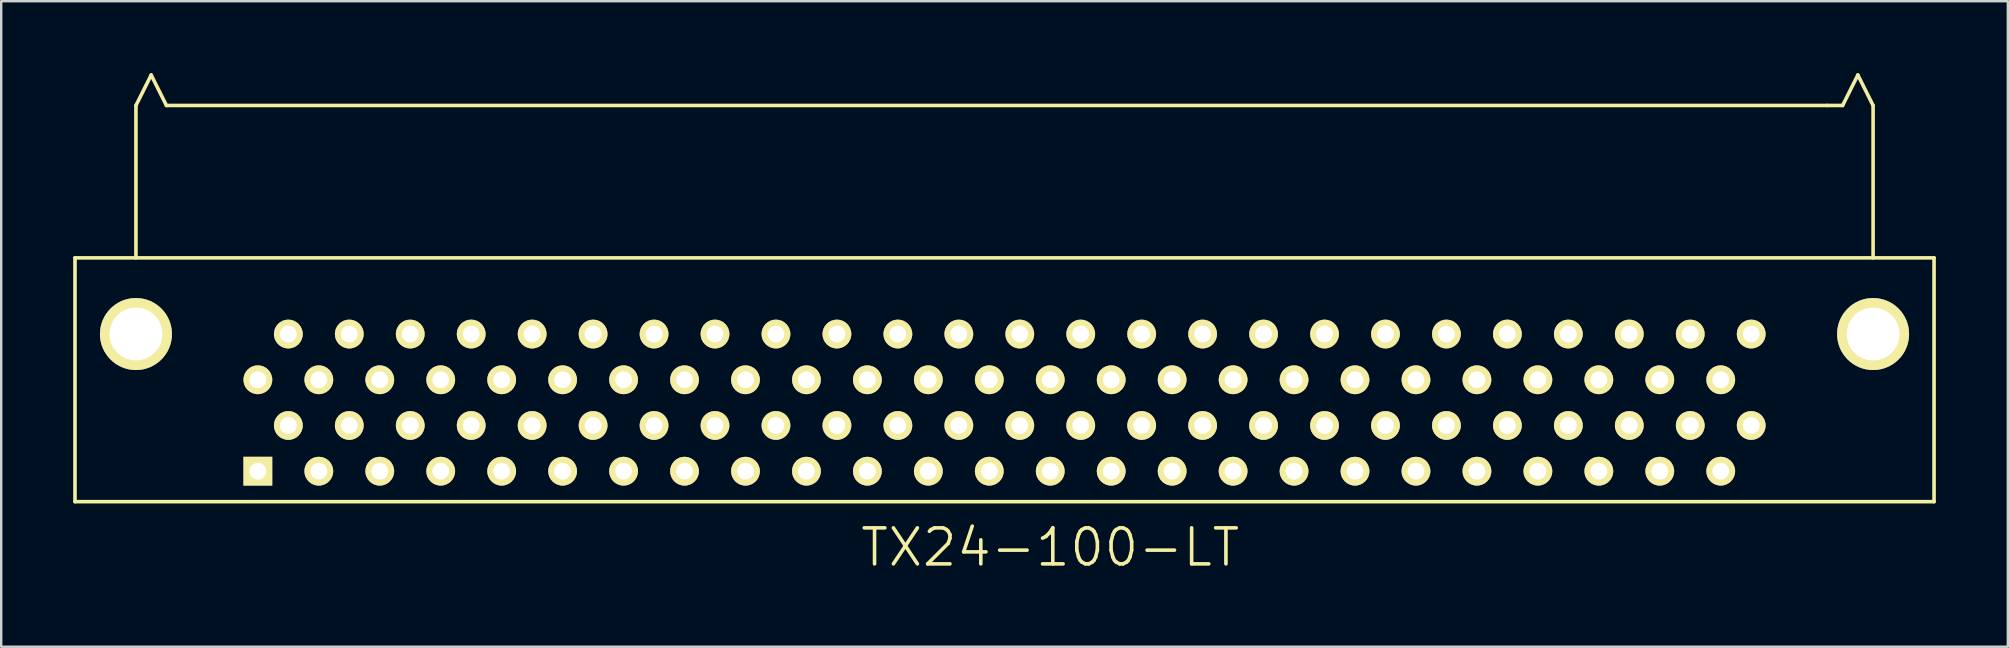
<source format=kicad_pcb>
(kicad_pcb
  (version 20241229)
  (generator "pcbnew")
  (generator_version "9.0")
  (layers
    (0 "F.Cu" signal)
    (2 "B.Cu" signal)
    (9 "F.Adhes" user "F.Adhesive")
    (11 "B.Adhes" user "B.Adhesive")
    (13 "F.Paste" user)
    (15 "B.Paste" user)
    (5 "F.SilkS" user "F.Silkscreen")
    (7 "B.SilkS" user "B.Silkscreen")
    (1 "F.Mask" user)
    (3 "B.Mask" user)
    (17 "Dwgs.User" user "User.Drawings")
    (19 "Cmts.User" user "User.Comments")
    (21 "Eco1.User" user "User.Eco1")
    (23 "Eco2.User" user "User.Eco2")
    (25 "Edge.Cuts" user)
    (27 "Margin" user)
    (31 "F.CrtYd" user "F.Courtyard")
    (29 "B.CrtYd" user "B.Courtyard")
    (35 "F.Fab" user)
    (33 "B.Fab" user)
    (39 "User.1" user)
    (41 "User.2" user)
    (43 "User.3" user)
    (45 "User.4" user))
  (footprint "TX24-100-LT"
    (layer "F.Cu")
    (at 38.175 13.41)
    (property "Reference" "TX24-100-LT" (at 2.54 6.35 0) (layer "F.SilkS") (effects (font (size 1.5 1.5) (thickness 0.15))))
    (attr through_hole)
    (fp_line (start -38.1 -5.715) (end -38.1 4.445) (stroke (width 0.15) (type solid)) (layer "F.SilkS"))
    (fp_line (start -38.1 4.445) (end 39.37 4.445) (stroke (width 0.15) (type solid)) (layer "F.SilkS"))
    (fp_line (start -35.56 -12.065) (end -35.56 -5.715) (stroke (width 0.15) (type solid)) (layer "F.SilkS"))
    (fp_line (start -35.56 -12.065) (end -34.925 -13.335) (stroke (width 0.15) (type solid)) (layer "F.SilkS"))
    (fp_line (start -34.925 -13.335) (end -34.29 -12.065) (stroke (width 0.15) (type solid)) (layer "F.SilkS"))
    (fp_line (start -34.29 -12.065) (end 34.925 -12.065) (stroke (width 0.15) (type solid)) (layer "F.SilkS"))
    (fp_line (start 35.56 -12.065) (end 34.925 -12.065) (stroke (width 0.15) (type solid)) (layer "F.SilkS"))
    (fp_line (start 35.56 -12.065) (end 36.195 -13.335) (stroke (width 0.15) (type solid)) (layer "F.SilkS"))
    (fp_line (start 36.195 -13.335) (end 36.83 -12.065) (stroke (width 0.15) (type solid)) (layer "F.SilkS"))
    (fp_line (start 36.83 -12.065) (end 36.83 -5.715) (stroke (width 0.15) (type solid)) (layer "F.SilkS"))
    (fp_line (start 39.37 -5.715) (end -38.1 -5.715) (stroke (width 0.15) (type solid)) (layer "F.SilkS"))
    (fp_line (start 39.37 -5.715) (end 39.37 4.445) (stroke (width 0.15) (type solid)) (layer "F.SilkS"))
    (pad "0" thru_hole circle (at -35.56 -2.54) (size 3 3) (drill 2.2) (layers "*.Cu" "*.Mask" "F.SilkS"))
    (pad "0" thru_hole circle (at 36.83 -2.54) (size 3 3) (drill 2.2) (layers "*.Cu" "*.Mask" "F.SilkS"))
    (pad "1" thru_hole rect (at -30.48 3.175) (size 1.2 1.2) (drill 0.7) (layers "*.Cu" "*.Mask" "F.SilkS"))
    (pad "2" thru_hole circle (at -29.21 1.27) (size 1.2 1.2) (drill 0.7) (layers "*.Cu" "*.Mask" "F.SilkS"))
    (pad "3" thru_hole circle (at -27.94 3.175) (size 1.2 1.2) (drill 0.7) (layers "*.Cu" "*.Mask" "F.SilkS"))
    (pad "4" thru_hole circle (at -26.67 1.27) (size 1.2 1.2) (drill 0.7) (layers "*.Cu" "*.Mask" "F.SilkS"))
    (pad "5" thru_hole circle (at -25.4 3.175) (size 1.2 1.2) (drill 0.7) (layers "*.Cu" "*.Mask" "F.SilkS"))
    (pad "6" thru_hole circle (at -24.13 1.27) (size 1.2 1.2) (drill 0.7) (layers "*.Cu" "*.Mask" "F.SilkS"))
    (pad "7" thru_hole circle (at -22.86 3.175) (size 1.2 1.2) (drill 0.7) (layers "*.Cu" "*.Mask" "F.SilkS"))
    (pad "8" thru_hole circle (at -21.59 1.27) (size 1.2 1.2) (drill 0.7) (layers "*.Cu" "*.Mask" "F.SilkS"))
    (pad "9" thru_hole circle (at -20.32 3.175) (size 1.2 1.2) (drill 0.7) (layers "*.Cu" "*.Mask" "F.SilkS"))
    (pad "10" thru_hole circle (at -19.05 1.27) (size 1.2 1.2) (drill 0.7) (layers "*.Cu" "*.Mask" "F.SilkS"))
    (pad "11" thru_hole circle (at -17.78 3.175) (size 1.2 1.2) (drill 0.7) (layers "*.Cu" "*.Mask" "F.SilkS"))
    (pad "12" thru_hole circle (at -16.51 1.27) (size 1.2 1.2) (drill 0.7) (layers "*.Cu" "*.Mask" "F.SilkS"))
    (pad "13" thru_hole circle (at -15.24 3.175) (size 1.2 1.2) (drill 0.7) (layers "*.Cu" "*.Mask" "F.SilkS"))
    (pad "14" thru_hole circle (at -13.97 1.27) (size 1.2 1.2) (drill 0.7) (layers "*.Cu" "*.Mask" "F.SilkS"))
    (pad "15" thru_hole circle (at -12.7 3.175) (size 1.2 1.2) (drill 0.7) (layers "*.Cu" "*.Mask" "F.SilkS"))
    (pad "16" thru_hole circle (at -11.43 1.27) (size 1.2 1.2) (drill 0.7) (layers "*.Cu" "*.Mask" "F.SilkS"))
    (pad "17" thru_hole circle (at -10.16 3.175) (size 1.2 1.2) (drill 0.7) (layers "*.Cu" "*.Mask" "F.SilkS"))
    (pad "18" thru_hole circle (at -8.89 1.27) (size 1.2 1.2) (drill 0.7) (layers "*.Cu" "*.Mask" "F.SilkS"))
    (pad "19" thru_hole circle (at -7.62 3.175) (size 1.2 1.2) (drill 0.7) (layers "*.Cu" "*.Mask" "F.SilkS"))
    (pad "20" thru_hole circle (at -6.35 1.27) (size 1.2 1.2) (drill 0.7) (layers "*.Cu" "*.Mask" "F.SilkS"))
    (pad "21" thru_hole circle (at -5.08 3.175) (size 1.2 1.2) (drill 0.7) (layers "*.Cu" "*.Mask" "F.SilkS"))
    (pad "22" thru_hole circle (at -3.81 1.27) (size 1.2 1.2) (drill 0.7) (layers "*.Cu" "*.Mask" "F.SilkS"))
    (pad "23" thru_hole circle (at -2.54 3.175) (size 1.2 1.2) (drill 0.7) (layers "*.Cu" "*.Mask" "F.SilkS"))
    (pad "24" thru_hole circle (at -1.27 1.27) (size 1.2 1.2) (drill 0.7) (layers "*.Cu" "*.Mask" "F.SilkS"))
    (pad "25" thru_hole circle (at 0 3.175) (size 1.2 1.2) (drill 0.7) (layers "*.Cu" "*.Mask" "F.SilkS"))
    (pad "26" thru_hole circle (at 1.27 1.27) (size 1.2 1.2) (drill 0.7) (layers "*.Cu" "*.Mask" "F.SilkS"))
    (pad "27" thru_hole circle (at 2.54 3.175) (size 1.2 1.2) (drill 0.7) (layers "*.Cu" "*.Mask" "F.SilkS"))
    (pad "28" thru_hole circle (at 3.81 1.27) (size 1.2 1.2) (drill 0.7) (layers "*.Cu" "*.Mask" "F.SilkS"))
    (pad "29" thru_hole circle (at 5.08 3.175) (size 1.2 1.2) (drill 0.7) (layers "*.Cu" "*.Mask" "F.SilkS"))
    (pad "30" thru_hole circle (at 6.35 1.27) (size 1.2 1.2) (drill 0.7) (layers "*.Cu" "*.Mask" "F.SilkS"))
    (pad "31" thru_hole circle (at 7.62 3.175) (size 1.2 1.2) (drill 0.7) (layers "*.Cu" "*.Mask" "F.SilkS"))
    (pad "32" thru_hole circle (at 8.89 1.27) (size 1.2 1.2) (drill 0.7) (layers "*.Cu" "*.Mask" "F.SilkS"))
    (pad "33" thru_hole circle (at 10.16 3.175) (size 1.2 1.2) (drill 0.7) (layers "*.Cu" "*.Mask" "F.SilkS"))
    (pad "34" thru_hole circle (at 11.43 1.27) (size 1.2 1.2) (drill 0.7) (layers "*.Cu" "*.Mask" "F.SilkS"))
    (pad "35" thru_hole circle (at 12.7 3.175) (size 1.2 1.2) (drill 0.7) (layers "*.Cu" "*.Mask" "F.SilkS"))
    (pad "36" thru_hole circle (at 13.97 1.27) (size 1.2 1.2) (drill 0.7) (layers "*.Cu" "*.Mask" "F.SilkS"))
    (pad "37" thru_hole circle (at 15.24 3.175) (size 1.2 1.2) (drill 0.7) (layers "*.Cu" "*.Mask" "F.SilkS"))
    (pad "38" thru_hole circle (at 16.51 1.27) (size 1.2 1.2) (drill 0.7) (layers "*.Cu" "*.Mask" "F.SilkS"))
    (pad "39" thru_hole circle (at 17.78 3.175) (size 1.2 1.2) (drill 0.7) (layers "*.Cu" "*.Mask" "F.SilkS"))
    (pad "40" thru_hole circle (at 19.05 1.27) (size 1.2 1.2) (drill 0.7) (layers "*.Cu" "*.Mask" "F.SilkS"))
    (pad "41" thru_hole circle (at 20.32 3.175) (size 1.2 1.2) (drill 0.7) (layers "*.Cu" "*.Mask" "F.SilkS"))
    (pad "42" thru_hole circle (at 21.59 1.27) (size 1.2 1.2) (drill 0.7) (layers "*.Cu" "*.Mask" "F.SilkS"))
    (pad "43" thru_hole circle (at 22.86 3.175) (size 1.2 1.2) (drill 0.7) (layers "*.Cu" "*.Mask" "F.SilkS"))
    (pad "44" thru_hole circle (at 24.13 1.27) (size 1.2 1.2) (drill 0.7) (layers "*.Cu" "*.Mask" "F.SilkS"))
    (pad "45" thru_hole circle (at 25.4 3.175) (size 1.2 1.2) (drill 0.7) (layers "*.Cu" "*.Mask" "F.SilkS"))
    (pad "46" thru_hole circle (at 26.67 1.27) (size 1.2 1.2) (drill 0.7) (layers "*.Cu" "*.Mask" "F.SilkS"))
    (pad "47" thru_hole circle (at 27.94 3.175) (size 1.2 1.2) (drill 0.7) (layers "*.Cu" "*.Mask" "F.SilkS"))
    (pad "48" thru_hole circle (at 29.21 1.27) (size 1.2 1.2) (drill 0.7) (layers "*.Cu" "*.Mask" "F.SilkS"))
    (pad "49" thru_hole circle (at 30.48 3.175) (size 1.2 1.2) (drill 0.7) (layers "*.Cu" "*.Mask" "F.SilkS"))
    (pad "50" thru_hole circle (at 31.75 1.27) (size 1.2 1.2) (drill 0.7) (layers "*.Cu" "*.Mask" "F.SilkS"))
    (pad "51" thru_hole circle (at -30.48 -0.635) (size 1.2 1.2) (drill 0.7) (layers "*.Cu" "*.Mask" "F.SilkS"))
    (pad "52" thru_hole circle (at -29.21 -2.54) (size 1.2 1.2) (drill 0.7) (layers "*.Cu" "*.Mask" "F.SilkS"))
    (pad "53" thru_hole circle (at -27.94 -0.635) (size 1.2 1.2) (drill 0.7) (layers "*.Cu" "*.Mask" "F.SilkS"))
    (pad "54" thru_hole circle (at -26.67 -2.54) (size 1.2 1.2) (drill 0.7) (layers "*.Cu" "*.Mask" "F.SilkS"))
    (pad "55" thru_hole circle (at -25.4 -0.635) (size 1.2 1.2) (drill 0.7) (layers "*.Cu" "*.Mask" "F.SilkS"))
    (pad "56" thru_hole circle (at -24.13 -2.54) (size 1.2 1.2) (drill 0.7) (layers "*.Cu" "*.Mask" "F.SilkS"))
    (pad "57" thru_hole circle (at -22.86 -0.635) (size 1.2 1.2) (drill 0.7) (layers "*.Cu" "*.Mask" "F.SilkS"))
    (pad "58" thru_hole circle (at -21.59 -2.54) (size 1.2 1.2) (drill 0.7) (layers "*.Cu" "*.Mask" "F.SilkS"))
    (pad "59" thru_hole circle (at -20.32 -0.635) (size 1.2 1.2) (drill 0.7) (layers "*.Cu" "*.Mask" "F.SilkS"))
    (pad "60" thru_hole circle (at -19.05 -2.54) (size 1.2 1.2) (drill 0.7) (layers "*.Cu" "*.Mask" "F.SilkS"))
    (pad "61" thru_hole circle (at -17.78 -0.635) (size 1.2 1.2) (drill 0.7) (layers "*.Cu" "*.Mask" "F.SilkS"))
    (pad "62" thru_hole circle (at -16.51 -2.54) (size 1.2 1.2) (drill 0.7) (layers "*.Cu" "*.Mask" "F.SilkS"))
    (pad "63" thru_hole circle (at -15.24 -0.635) (size 1.2 1.2) (drill 0.7) (layers "*.Cu" "*.Mask" "F.SilkS"))
    (pad "64" thru_hole circle (at -13.97 -2.54) (size 1.2 1.2) (drill 0.7) (layers "*.Cu" "*.Mask" "F.SilkS"))
    (pad "65" thru_hole circle (at -12.7 -0.635) (size 1.2 1.2) (drill 0.7) (layers "*.Cu" "*.Mask" "F.SilkS"))
    (pad "66" thru_hole circle (at -11.43 -2.54) (size 1.2 1.2) (drill 0.7) (layers "*.Cu" "*.Mask" "F.SilkS"))
    (pad "67" thru_hole circle (at -10.16 -0.635) (size 1.2 1.2) (drill 0.7) (layers "*.Cu" "*.Mask" "F.SilkS"))
    (pad "68" thru_hole circle (at -8.89 -2.54) (size 1.2 1.2) (drill 0.7) (layers "*.Cu" "*.Mask" "F.SilkS"))
    (pad "69" thru_hole circle (at -7.62 -0.635) (size 1.2 1.2) (drill 0.7) (layers "*.Cu" "*.Mask" "F.SilkS"))
    (pad "70" thru_hole circle (at -6.35 -2.54) (size 1.2 1.2) (drill 0.7) (layers "*.Cu" "*.Mask" "F.SilkS"))
    (pad "71" thru_hole circle (at -5.08 -0.635) (size 1.2 1.2) (drill 0.7) (layers "*.Cu" "*.Mask" "F.SilkS"))
    (pad "72" thru_hole circle (at -3.81 -2.54) (size 1.2 1.2) (drill 0.7) (layers "*.Cu" "*.Mask" "F.SilkS"))
    (pad "73" thru_hole circle (at -2.54 -0.635) (size 1.2 1.2) (drill 0.7) (layers "*.Cu" "*.Mask" "F.SilkS"))
    (pad "74" thru_hole circle (at -1.27 -2.54) (size 1.2 1.2) (drill 0.7) (layers "*.Cu" "*.Mask" "F.SilkS"))
    (pad "75" thru_hole circle (at 0 -0.635) (size 1.2 1.2) (drill 0.7) (layers "*.Cu" "*.Mask" "F.SilkS"))
    (pad "76" thru_hole circle (at 1.27 -2.54) (size 1.2 1.2) (drill 0.7) (layers "*.Cu" "*.Mask" "F.SilkS"))
    (pad "77" thru_hole circle (at 2.54 -0.635) (size 1.2 1.2) (drill 0.7) (layers "*.Cu" "*.Mask" "F.SilkS"))
    (pad "78" thru_hole circle (at 3.81 -2.54) (size 1.2 1.2) (drill 0.7) (layers "*.Cu" "*.Mask" "F.SilkS"))
    (pad "79" thru_hole circle (at 5.08 -0.635) (size 1.2 1.2) (drill 0.7) (layers "*.Cu" "*.Mask" "F.SilkS"))
    (pad "80" thru_hole circle (at 6.35 -2.54) (size 1.2 1.2) (drill 0.7) (layers "*.Cu" "*.Mask" "F.SilkS"))
    (pad "81" thru_hole circle (at 7.62 -0.635) (size 1.2 1.2) (drill 0.7) (layers "*.Cu" "*.Mask" "F.SilkS"))
    (pad "82" thru_hole circle (at 8.89 -2.54) (size 1.2 1.2) (drill 0.7) (layers "*.Cu" "*.Mask" "F.SilkS"))
    (pad "83" thru_hole circle (at 10.16 -0.635) (size 1.2 1.2) (drill 0.7) (layers "*.Cu" "*.Mask" "F.SilkS"))
    (pad "84" thru_hole circle (at 11.43 -2.54) (size 1.2 1.2) (drill 0.7) (layers "*.Cu" "*.Mask" "F.SilkS"))
    (pad "85" thru_hole circle (at 12.7 -0.635) (size 1.2 1.2) (drill 0.7) (layers "*.Cu" "*.Mask" "F.SilkS"))
    (pad "86" thru_hole circle (at 13.97 -2.54) (size 1.2 1.2) (drill 0.7) (layers "*.Cu" "*.Mask" "F.SilkS"))
    (pad "87" thru_hole circle (at 15.24 -0.635) (size 1.2 1.2) (drill 0.7) (layers "*.Cu" "*.Mask" "F.SilkS"))
    (pad "88" thru_hole circle (at 16.51 -2.54) (size 1.2 1.2) (drill 0.7) (layers "*.Cu" "*.Mask" "F.SilkS"))
    (pad "89" thru_hole circle (at 17.78 -0.635) (size 1.2 1.2) (drill 0.7) (layers "*.Cu" "*.Mask" "F.SilkS"))
    (pad "90" thru_hole circle (at 19.05 -2.54) (size 1.2 1.2) (drill 0.7) (layers "*.Cu" "*.Mask" "F.SilkS"))
    (pad "91" thru_hole circle (at 20.32 -0.635) (size 1.2 1.2) (drill 0.7) (layers "*.Cu" "*.Mask" "F.SilkS"))
    (pad "92" thru_hole circle (at 21.59 -2.54) (size 1.2 1.2) (drill 0.7) (layers "*.Cu" "*.Mask" "F.SilkS"))
    (pad "93" thru_hole circle (at 22.86 -0.635) (size 1.2 1.2) (drill 0.7) (layers "*.Cu" "*.Mask" "F.SilkS"))
    (pad "94" thru_hole circle (at 24.13 -2.54) (size 1.2 1.2) (drill 0.7) (layers "*.Cu" "*.Mask" "F.SilkS"))
    (pad "95" thru_hole circle (at 25.4 -0.635) (size 1.2 1.2) (drill 0.7) (layers "*.Cu" "*.Mask" "F.SilkS"))
    (pad "96" thru_hole circle (at 26.67 -2.54) (size 1.2 1.2) (drill 0.7) (layers "*.Cu" "*.Mask" "F.SilkS"))
    (pad "97" thru_hole circle (at 27.94 -0.635) (size 1.2 1.2) (drill 0.7) (layers "*.Cu" "*.Mask" "F.SilkS"))
    (pad "98" thru_hole circle (at 29.21 -2.54) (size 1.2 1.2) (drill 0.7) (layers "*.Cu" "*.Mask" "F.SilkS"))
    (pad "99" thru_hole circle (at 30.48 -0.635) (size 1.2 1.2) (drill 0.7) (layers "*.Cu" "*.Mask" "F.SilkS"))
    (pad "100" thru_hole circle (at 31.75 -2.54) (size 1.2 1.2) (drill 0.7) (layers "*.Cu" "*.Mask" "F.SilkS")))
  (gr_rect
    (start -3 -3)
    (end 80.62 23.901)
    (stroke (width 0.1) (type default))
    (fill no)
    (layer "Edge.Cuts")))
</source>
